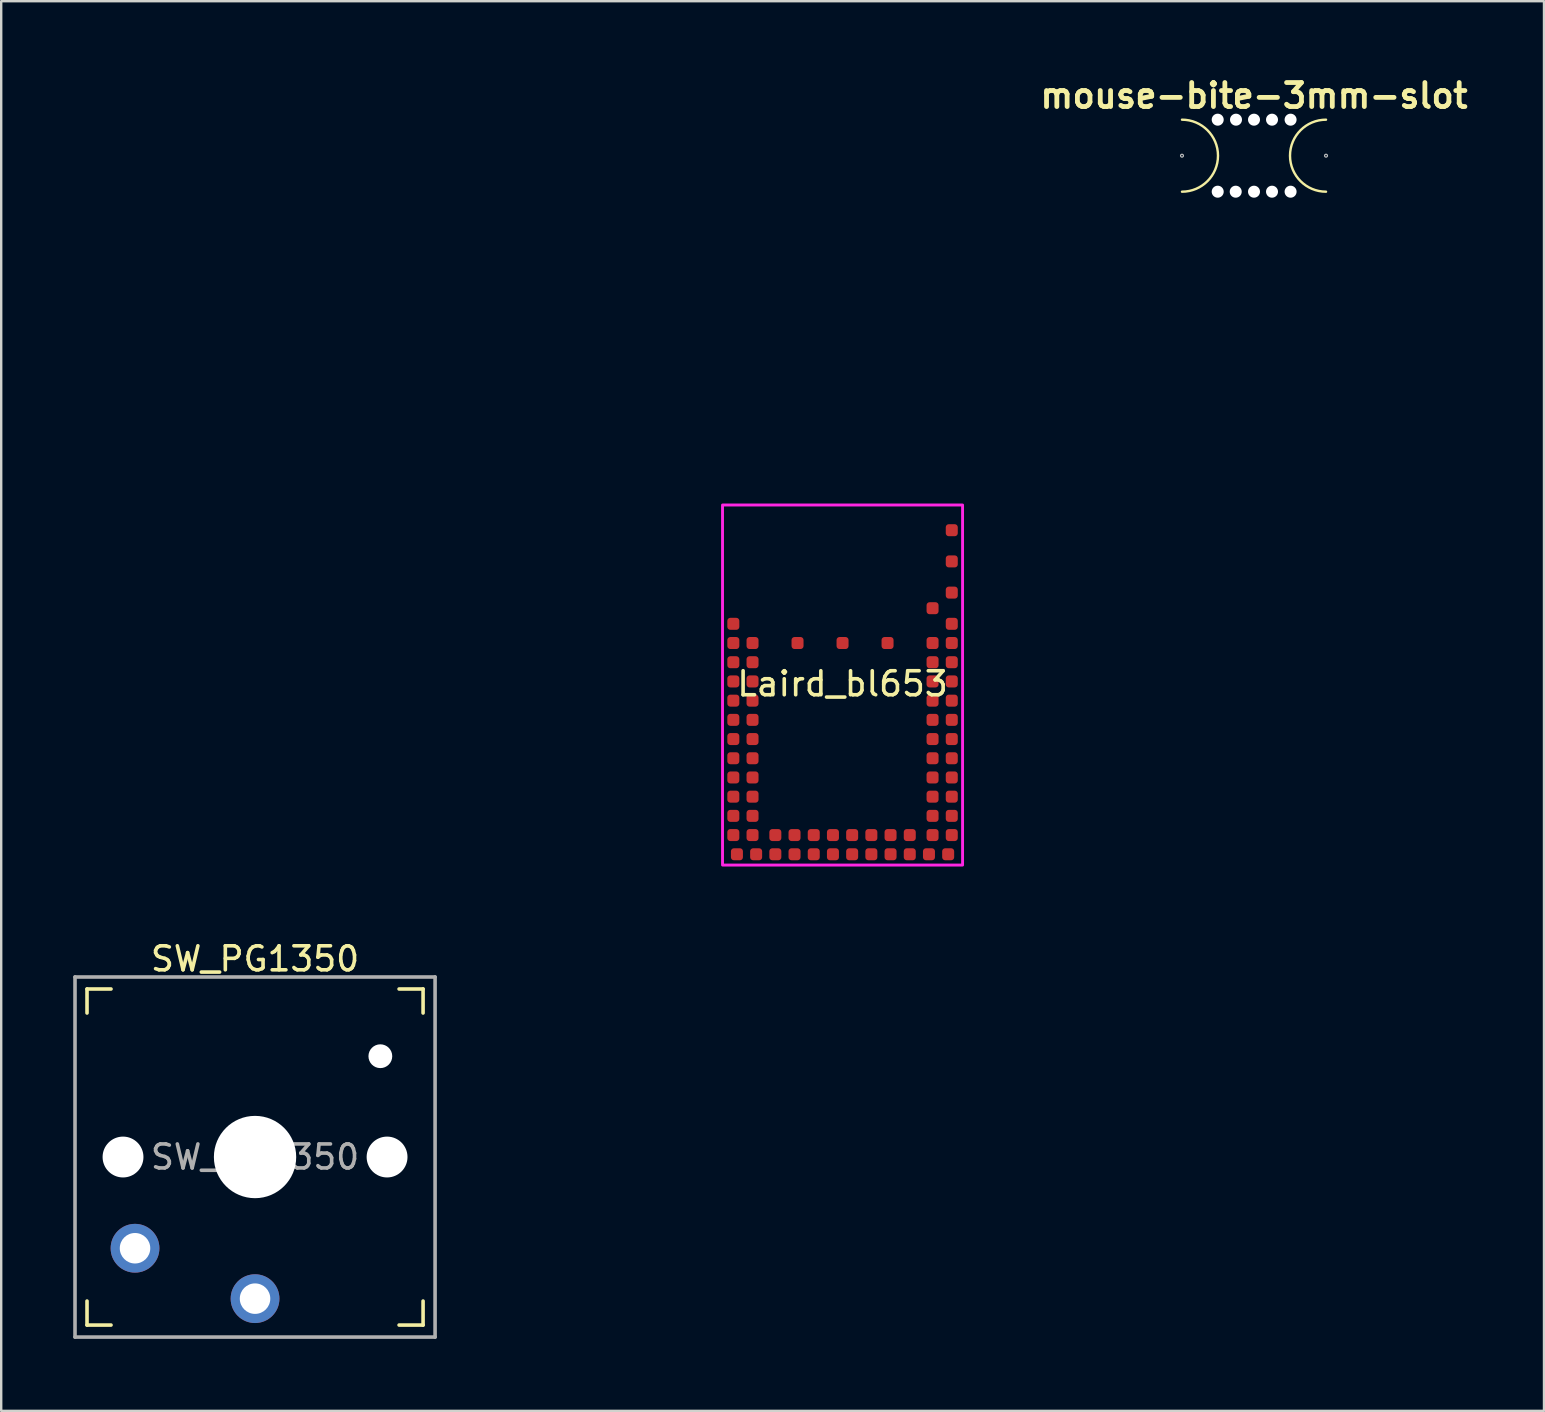
<source format=kicad_pcb>
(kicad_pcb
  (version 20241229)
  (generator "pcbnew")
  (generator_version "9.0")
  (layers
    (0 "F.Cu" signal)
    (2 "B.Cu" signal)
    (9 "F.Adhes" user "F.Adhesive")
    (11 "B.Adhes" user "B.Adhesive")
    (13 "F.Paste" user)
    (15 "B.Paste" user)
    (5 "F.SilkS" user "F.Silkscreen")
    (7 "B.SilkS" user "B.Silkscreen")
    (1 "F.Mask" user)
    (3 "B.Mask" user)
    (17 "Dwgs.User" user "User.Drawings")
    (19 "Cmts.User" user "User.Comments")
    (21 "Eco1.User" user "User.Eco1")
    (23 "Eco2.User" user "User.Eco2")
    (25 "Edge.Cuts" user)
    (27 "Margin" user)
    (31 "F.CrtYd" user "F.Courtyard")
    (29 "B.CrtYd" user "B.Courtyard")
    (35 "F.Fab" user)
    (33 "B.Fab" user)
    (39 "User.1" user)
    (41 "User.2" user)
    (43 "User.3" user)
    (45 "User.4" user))
  (footprint "SW_PG1350"
    (layer "F.Cu")
    (at 7.575 45.151)
    (property "Reference" "SW_PG1350" (at 0 -8.255 0) (layer "F.SilkS") (effects (font (size 1 1) (thickness 0.15))))
    (attr through_hole)
    (fp_line (start -7 -6) (end -7 -7) (stroke (width 0.15) (type solid)) (layer "F.SilkS"))
    (fp_line (start -7 7) (end -7 6) (stroke (width 0.15) (type solid)) (layer "F.SilkS"))
    (fp_line (start -7 7) (end -6 7) (stroke (width 0.15) (type solid)) (layer "F.SilkS"))
    (fp_line (start -6 -7) (end -7 -7) (stroke (width 0.15) (type solid)) (layer "F.SilkS"))
    (fp_line (start 6 7) (end 7 7) (stroke (width 0.15) (type solid)) (layer "F.SilkS"))
    (fp_line (start 7 -7) (end 6 -7) (stroke (width 0.15) (type solid)) (layer "F.SilkS"))
    (fp_line (start 7 -7) (end 7 -6) (stroke (width 0.15) (type solid)) (layer "F.SilkS"))
    (fp_line (start 7 6) (end 7 7) (stroke (width 0.15) (type solid)) (layer "F.SilkS"))
    (fp_line (start -6.9 6.9) (end -6.9 -6.9) (stroke (width 0.15) (type solid)) (layer "Eco2.User"))
    (fp_line (start -6.9 6.9) (end 6.9 6.9) (stroke (width 0.15) (type solid)) (layer "Eco2.User"))
    (fp_line (start -2.6 -3.1) (end -2.6 -6.3) (stroke (width 0.15) (type solid)) (layer "Eco2.User"))
    (fp_line (start -2.6 -3.1) (end 2.6 -3.1) (stroke (width 0.15) (type solid)) (layer "Eco2.User"))
    (fp_line (start 2.6 -6.3) (end -2.6 -6.3) (stroke (width 0.15) (type solid)) (layer "Eco2.User"))
    (fp_line (start 2.6 -3.1) (end 2.6 -6.3) (stroke (width 0.15) (type solid)) (layer "Eco2.User"))
    (fp_line (start 6.9 -6.9) (end -6.9 -6.9) (stroke (width 0.15) (type solid)) (layer "Eco2.User"))
    (fp_line (start 6.9 -6.9) (end 6.9 6.9) (stroke (width 0.15) (type solid)) (layer "Eco2.User"))
    (fp_line (start -7.5 -7.5) (end 7.5 -7.5) (stroke (width 0.15) (type solid)) (layer "F.Fab"))
    (fp_line (start -7.5 7.5) (end -7.5 -7.5) (stroke (width 0.15) (type solid)) (layer "F.Fab"))
    (fp_line (start 7.5 -7.5) (end 7.5 7.5) (stroke (width 0.15) (type solid)) (layer "F.Fab"))
    (fp_line (start 7.5 7.5) (end -7.5 7.5) (stroke (width 0.15) (type solid)) (layer "F.Fab"))
    (fp_text user "${REFERENCE}" (at 0 0 0) (layer "F.Fab") (effects (font (size 1 1) (thickness 0.15))))
    (pad "" np_thru_hole circle (at -5.5 0) (size 1.702 1.702) (drill 1.702) (layers "*.Cu" "*.Mask"))
    (pad "" np_thru_hole circle (at 0 0) (size 3.429 3.429) (drill 3.429) (layers "*.Cu" "*.Mask"))
    (pad "" np_thru_hole circle (at 5.22 -4.2) (size 0.991 0.991) (drill 0.991) (layers "*.Cu" "*.Mask"))
    (pad "" np_thru_hole circle (at 5.5 0) (size 1.702 1.702) (drill 1.702) (layers "*.Cu" "*.Mask"))
    (pad "1" thru_hole circle (at 0 5.9) (size 2.032 2.032) (drill 1.27) (layers "*.Cu" "*.Mask"))
    (pad "2" thru_hole circle (at -5 3.8) (size 2.032 2.032) (drill 1.27) (layers "*.Cu" "*.Mask")))
  (footprint "Laird_bl653"
    (layer "F.Cu")
    (at 32.05 17.988)
    (property "Reference" "Laird_bl653" (at 0 7.45 0) (unlocked yes) (layer "F.SilkS") (effects (font (size 1 1) (thickness 0.15))))
    (attr smd)
    (fp_rect (start 5 0) (end -5 15) (stroke (width 0.12) (type solid)) (fill no) (layer "F.CrtYd"))
    (pad "0" smd roundrect (at 4.55 4.95) (size 0.5 0.5) (layers "F.Cu" "F.Mask" "F.Paste") (roundrect_rratio 0.25))
    (pad "1" smd roundrect (at 4.55 5.75) (size 0.5 0.5) (layers "F.Cu" "F.Mask" "F.Paste") (roundrect_rratio 0.25))
    (pad "2" smd roundrect (at 3.75 5.75) (size 0.5 0.5) (layers "F.Cu" "F.Mask" "F.Paste") (roundrect_rratio 0.25))
    (pad "3" smd roundrect (at 4.55 6.55) (size 0.5 0.5) (layers "F.Cu" "F.Mask" "F.Paste") (roundrect_rratio 0.25))
    (pad "4" smd roundrect (at 3.75 6.55) (size 0.5 0.5) (layers "F.Cu" "F.Mask" "F.Paste") (roundrect_rratio 0.25))
    (pad "5" smd roundrect (at 4.55 7.35) (size 0.5 0.5) (layers "F.Cu" "F.Mask" "F.Paste") (roundrect_rratio 0.25))
    (pad "6" smd roundrect (at 3.75 7.35) (size 0.5 0.5) (layers "F.Cu" "F.Mask" "F.Paste") (roundrect_rratio 0.25))
    (pad "7" smd roundrect (at 4.55 8.15) (size 0.5 0.5) (layers "F.Cu" "F.Mask" "F.Paste") (roundrect_rratio 0.25))
    (pad "8" smd roundrect (at 3.75 8.15) (size 0.5 0.5) (layers "F.Cu" "F.Mask" "F.Paste") (roundrect_rratio 0.25))
    (pad "9" smd roundrect (at 4.55 8.95) (size 0.5 0.5) (layers "F.Cu" "F.Mask" "F.Paste") (roundrect_rratio 0.25))
    (pad "10" smd roundrect (at 3.75 8.95) (size 0.5 0.5) (layers "F.Cu" "F.Mask" "F.Paste") (roundrect_rratio 0.25))
    (pad "11" smd roundrect (at 4.55 9.75) (size 0.5 0.5) (layers "F.Cu" "F.Mask" "F.Paste") (roundrect_rratio 0.25))
    (pad "12" smd roundrect (at 3.75 9.75) (size 0.5 0.5) (layers "F.Cu" "F.Mask" "F.Paste") (roundrect_rratio 0.25))
    (pad "13" smd roundrect (at 4.55 10.55) (size 0.5 0.5) (layers "F.Cu" "F.Mask" "F.Paste") (roundrect_rratio 0.25))
    (pad "14" smd roundrect (at 3.75 10.55) (size 0.5 0.5) (layers "F.Cu" "F.Mask" "F.Paste") (roundrect_rratio 0.25))
    (pad "15" smd roundrect (at 4.55 11.35) (size 0.5 0.5) (layers "F.Cu" "F.Mask" "F.Paste") (roundrect_rratio 0.25))
    (pad "16" smd roundrect (at 3.75 11.35) (size 0.5 0.5) (layers "F.Cu" "F.Mask" "F.Paste") (roundrect_rratio 0.25))
    (pad "17" smd roundrect (at 4.55 12.15) (size 0.5 0.5) (layers "F.Cu" "F.Mask" "F.Paste") (roundrect_rratio 0.25))
    (pad "18" smd roundrect (at 3.75 12.15) (size 0.5 0.5) (layers "F.Cu" "F.Mask" "F.Paste") (roundrect_rratio 0.25))
    (pad "19" smd roundrect (at 4.55 12.95) (size 0.5 0.5) (layers "F.Cu" "F.Mask" "F.Paste") (roundrect_rratio 0.25))
    (pad "20" smd roundrect (at 3.75 12.95) (size 0.5 0.5) (layers "F.Cu" "F.Mask" "F.Paste") (roundrect_rratio 0.25))
    (pad "21" smd roundrect (at 4.55 13.75) (size 0.5 0.5) (layers "F.Cu" "F.Mask" "F.Paste") (roundrect_rratio 0.25))
    (pad "22" smd roundrect (at 3.75 13.75) (size 0.5 0.5) (layers "F.Cu" "F.Mask" "F.Paste") (roundrect_rratio 0.25))
    (pad "23" smd roundrect (at 4.4 14.55) (size 0.5 0.5) (layers "F.Cu" "F.Mask" "F.Paste") (roundrect_rratio 0.25))
    (pad "24" smd roundrect (at 3.6 14.55) (size 0.5 0.5) (layers "F.Cu" "F.Mask" "F.Paste") (roundrect_rratio 0.25))
    (pad "25" smd roundrect (at 2.8 14.55) (size 0.5 0.5) (layers "F.Cu" "F.Mask" "F.Paste") (roundrect_rratio 0.25))
    (pad "26" smd roundrect (at 2.8 13.75) (size 0.5 0.5) (layers "F.Cu" "F.Mask" "F.Paste") (roundrect_rratio 0.25))
    (pad "27" smd roundrect (at 2 14.55) (size 0.5 0.5) (layers "F.Cu" "F.Mask" "F.Paste") (roundrect_rratio 0.25))
    (pad "28" smd roundrect (at 2 13.75) (size 0.5 0.5) (layers "F.Cu" "F.Mask" "F.Paste") (roundrect_rratio 0.25))
    (pad "29" smd roundrect (at 1.2 14.55) (size 0.5 0.5) (layers "F.Cu" "F.Mask" "F.Paste") (roundrect_rratio 0.25))
    (pad "30" smd roundrect (at 1.2 13.75) (size 0.5 0.5) (layers "F.Cu" "F.Mask" "F.Paste") (roundrect_rratio 0.25))
    (pad "31" smd roundrect (at 0.4 14.55) (size 0.5 0.5) (layers "F.Cu" "F.Mask" "F.Paste") (roundrect_rratio 0.25))
    (pad "32" smd roundrect (at 0.4 13.75) (size 0.5 0.5) (layers "F.Cu" "F.Mask" "F.Paste") (roundrect_rratio 0.25))
    (pad "33" smd roundrect (at -0.4 14.55) (size 0.5 0.5) (layers "F.Cu" "F.Mask" "F.Paste") (roundrect_rratio 0.25))
    (pad "34" smd roundrect (at -0.4 13.75) (size 0.5 0.5) (layers "F.Cu" "F.Mask" "F.Paste") (roundrect_rratio 0.25))
    (pad "35" smd roundrect (at -1.2 14.55) (size 0.5 0.5) (layers "F.Cu" "F.Mask" "F.Paste") (roundrect_rratio 0.25))
    (pad "36" smd roundrect (at -1.2 13.75) (size 0.5 0.5) (layers "F.Cu" "F.Mask" "F.Paste") (roundrect_rratio 0.25))
    (pad "37" smd roundrect (at -2 14.55) (size 0.5 0.5) (layers "F.Cu" "F.Mask" "F.Paste") (roundrect_rratio 0.25))
    (pad "38" smd roundrect (at -2 13.75) (size 0.5 0.5) (layers "F.Cu" "F.Mask" "F.Paste") (roundrect_rratio 0.25))
    (pad "39" smd roundrect (at -2.8 14.55) (size 0.5 0.5) (layers "F.Cu" "F.Mask" "F.Paste") (roundrect_rratio 0.25))
    (pad "40" smd roundrect (at -2.8 13.75) (size 0.5 0.5) (layers "F.Cu" "F.Mask" "F.Paste") (roundrect_rratio 0.25))
    (pad "41" smd roundrect (at -3.6 14.55) (size 0.5 0.5) (layers "F.Cu" "F.Mask" "F.Paste") (roundrect_rratio 0.25))
    (pad "42" smd roundrect (at -4.4 14.55) (size 0.5 0.5) (layers "F.Cu" "F.Mask" "F.Paste") (roundrect_rratio 0.25))
    (pad "43" smd roundrect (at -4.55 13.75) (size 0.5 0.5) (layers "F.Cu" "F.Mask" "F.Paste") (roundrect_rratio 0.25))
    (pad "44" smd roundrect (at -3.75 13.75) (size 0.5 0.5) (layers "F.Cu" "F.Mask" "F.Paste") (roundrect_rratio 0.25))
    (pad "45" smd roundrect (at -4.55 12.95) (size 0.5 0.5) (layers "F.Cu" "F.Mask" "F.Paste") (roundrect_rratio 0.25))
    (pad "46" smd roundrect (at -3.75 12.95) (size 0.5 0.5) (layers "F.Cu" "F.Mask" "F.Paste") (roundrect_rratio 0.25))
    (pad "47" smd roundrect (at -4.55 12.15) (size 0.5 0.5) (layers "F.Cu" "F.Mask" "F.Paste") (roundrect_rratio 0.25))
    (pad "48" smd roundrect (at -3.75 12.15) (size 0.5 0.5) (layers "F.Cu" "F.Mask" "F.Paste") (roundrect_rratio 0.25))
    (pad "49" smd roundrect (at -4.55 11.35) (size 0.5 0.5) (layers "F.Cu" "F.Mask" "F.Paste") (roundrect_rratio 0.25))
    (pad "50" smd roundrect (at -3.75 11.35) (size 0.5 0.5) (layers "F.Cu" "F.Mask" "F.Paste") (roundrect_rratio 0.25))
    (pad "51" smd roundrect (at -4.55 10.55) (size 0.5 0.5) (layers "F.Cu" "F.Mask" "F.Paste") (roundrect_rratio 0.25))
    (pad "52" smd roundrect (at -3.75 10.55) (size 0.5 0.5) (layers "F.Cu" "F.Mask" "F.Paste") (roundrect_rratio 0.25))
    (pad "53" smd roundrect (at -4.55 9.75) (size 0.5 0.5) (layers "F.Cu" "F.Mask" "F.Paste") (roundrect_rratio 0.25))
    (pad "54" smd roundrect (at -3.75 9.75) (size 0.5 0.5) (layers "F.Cu" "F.Mask" "F.Paste") (roundrect_rratio 0.25))
    (pad "55" smd roundrect (at -4.55 8.95) (size 0.5 0.5) (layers "F.Cu" "F.Mask" "F.Paste") (roundrect_rratio 0.25))
    (pad "56" smd roundrect (at -3.75 8.95) (size 0.5 0.5) (layers "F.Cu" "F.Mask" "F.Paste") (roundrect_rratio 0.25))
    (pad "57" smd roundrect (at -4.55 8.15) (size 0.5 0.5) (layers "F.Cu" "F.Mask" "F.Paste") (roundrect_rratio 0.25))
    (pad "58" smd roundrect (at -3.75 8.15) (size 0.5 0.5) (layers "F.Cu" "F.Mask" "F.Paste") (roundrect_rratio 0.25))
    (pad "59" smd roundrect (at -4.55 7.35) (size 0.5 0.5) (layers "F.Cu" "F.Mask" "F.Paste") (roundrect_rratio 0.25))
    (pad "60" smd roundrect (at -3.75 7.35) (size 0.5 0.5) (layers "F.Cu" "F.Mask" "F.Paste") (roundrect_rratio 0.25))
    (pad "61" smd roundrect (at -4.55 6.55) (size 0.5 0.5) (layers "F.Cu" "F.Mask" "F.Paste") (roundrect_rratio 0.25))
    (pad "62" smd roundrect (at -3.75 6.55) (size 0.5 0.5) (layers "F.Cu" "F.Mask" "F.Paste") (roundrect_rratio 0.25))
    (pad "63" smd roundrect (at -4.55 5.75) (size 0.5 0.5) (layers "F.Cu" "F.Mask" "F.Paste") (roundrect_rratio 0.25))
    (pad "64" smd roundrect (at -3.75 5.75) (size 0.5 0.5) (layers "F.Cu" "F.Mask" "F.Paste") (roundrect_rratio 0.25))
    (pad "65" smd roundrect (at -4.55 4.95) (size 0.5 0.5) (layers "F.Cu" "F.Mask" "F.Paste") (roundrect_rratio 0.25))
    (pad "66" smd roundrect (at 4.55 3.65) (size 0.5 0.5) (layers "F.Cu" "F.Mask" "F.Paste") (roundrect_rratio 0.25))
    (pad "67" smd roundrect (at 4.55 2.35) (size 0.5 0.5) (layers "F.Cu" "F.Mask" "F.Paste") (roundrect_rratio 0.25))
    (pad "68" smd roundrect (at 4.55 1.05) (size 0.5 0.5) (layers "F.Cu" "F.Mask" "F.Paste") (roundrect_rratio 0.25))
    (pad "69" smd roundrect (at -1.875 5.75) (size 0.5 0.5) (layers "F.Cu" "F.Mask" "F.Paste") (roundrect_rratio 0.25))
    (pad "70" smd roundrect (at 0 5.75) (size 0.5 0.5) (layers "F.Cu" "F.Mask" "F.Paste") (roundrect_rratio 0.25))
    (pad "71" smd roundrect (at 1.875 5.75) (size 0.5 0.5) (layers "F.Cu" "F.Mask" "F.Paste") (roundrect_rratio 0.25))
    (pad "72" smd roundrect (at 3.75 4.3) (size 0.5 0.5) (layers "F.Cu" "F.Mask" "F.Paste") (roundrect_rratio 0.25))
    (zone (net_name "") (layers "F.Cu" "B.Cu") (hatch edge 0.508) (connect_pads) (min_thickness 0.254) (filled_areas_thickness no) (keepout (tracks not_allowed) (vias not_allowed) (pads not_allowed) (copperpour not_allowed) (footprints allowed)) (placement (enabled no)) (fill) (polygon (pts (xy 35.55 22.938) (xy 0.05 22.938) (xy 0 0.088) (xy 35.488 0)))))
  (footprint "mouse-bite-3mm-slot"
    (layer "F.Cu")
    (at 49.191 3.436)
    (property "Reference" "mouse-bite-3mm-slot" (at 0 -2.5 0) (layer "F.SilkS") (effects (font (size 1 1) (thickness 0.2))))
    (attr through_hole)
    (fp_arc (start -3 -1.5) (mid -1.5 0) (end -3 1.5) (stroke (width 0.1) (type solid)) (layer "F.SilkS"))
    (fp_arc (start 3 1.5) (mid 1.5 0) (end 3 -1.5) (stroke (width 0.1) (type solid)) (layer "F.SilkS"))
    (fp_circle (center -3 0) (end -3 -0.06) (stroke (width 0.05) (type solid)) (fill no) (layer "Dwgs.User"))
    (fp_circle (center 3 0) (end 3.06 0) (stroke (width 0.05) (type solid)) (fill no) (layer "Dwgs.User"))
    (fp_line (start -3 0) (end -3 0) (stroke (width 3) (type solid)) (layer "Eco1.User"))
    (fp_line (start 3 0) (end 3 0) (stroke (width 3) (type solid)) (layer "Eco1.User"))
    (pad "" np_thru_hole circle (at -1.512 -1.5) (size 0.5 0.5) (drill 0.5) (layers "*.Cu" "*.Mask"))
    (pad "" np_thru_hole circle (at -1.512 1.5) (size 0.5 0.5) (drill 0.5) (layers "*.Cu" "*.Mask"))
    (pad "" np_thru_hole circle (at -0.762 1.5) (size 0.5 0.5) (drill 0.5) (layers "*.Cu" "*.Mask"))
    (pad "" np_thru_hole circle (at -0.75 -1.5) (size 0.5 0.5) (drill 0.5) (layers "*.Cu" "*.Mask"))
    (pad "" np_thru_hole circle (at 0 -1.5) (size 0.5 0.5) (drill 0.5) (layers "*.Cu" "*.Mask"))
    (pad "" np_thru_hole circle (at 0 1.5) (size 0.5 0.5) (drill 0.5) (layers "*.Cu" "*.Mask"))
    (pad "" np_thru_hole circle (at 0.75 -1.5) (size 0.5 0.5) (drill 0.5) (layers "*.Cu" "*.Mask"))
    (pad "" np_thru_hole circle (at 0.75 1.5) (size 0.5 0.5) (drill 0.5) (layers "*.Cu" "*.Mask"))
    (pad "" np_thru_hole circle (at 1.524 -1.5) (size 0.5 0.5) (drill 0.5) (layers "*.Cu" "*.Mask"))
    (pad "" np_thru_hole circle (at 1.524 1.5) (size 0.5 0.5) (drill 0.5) (layers "*.Cu" "*.Mask")))
  (gr_rect
    (start -3 -3)
    (end 61.272 55.726)
    (stroke (width 0.1) (type default))
    (fill no)
    (layer "Edge.Cuts")))
</source>
